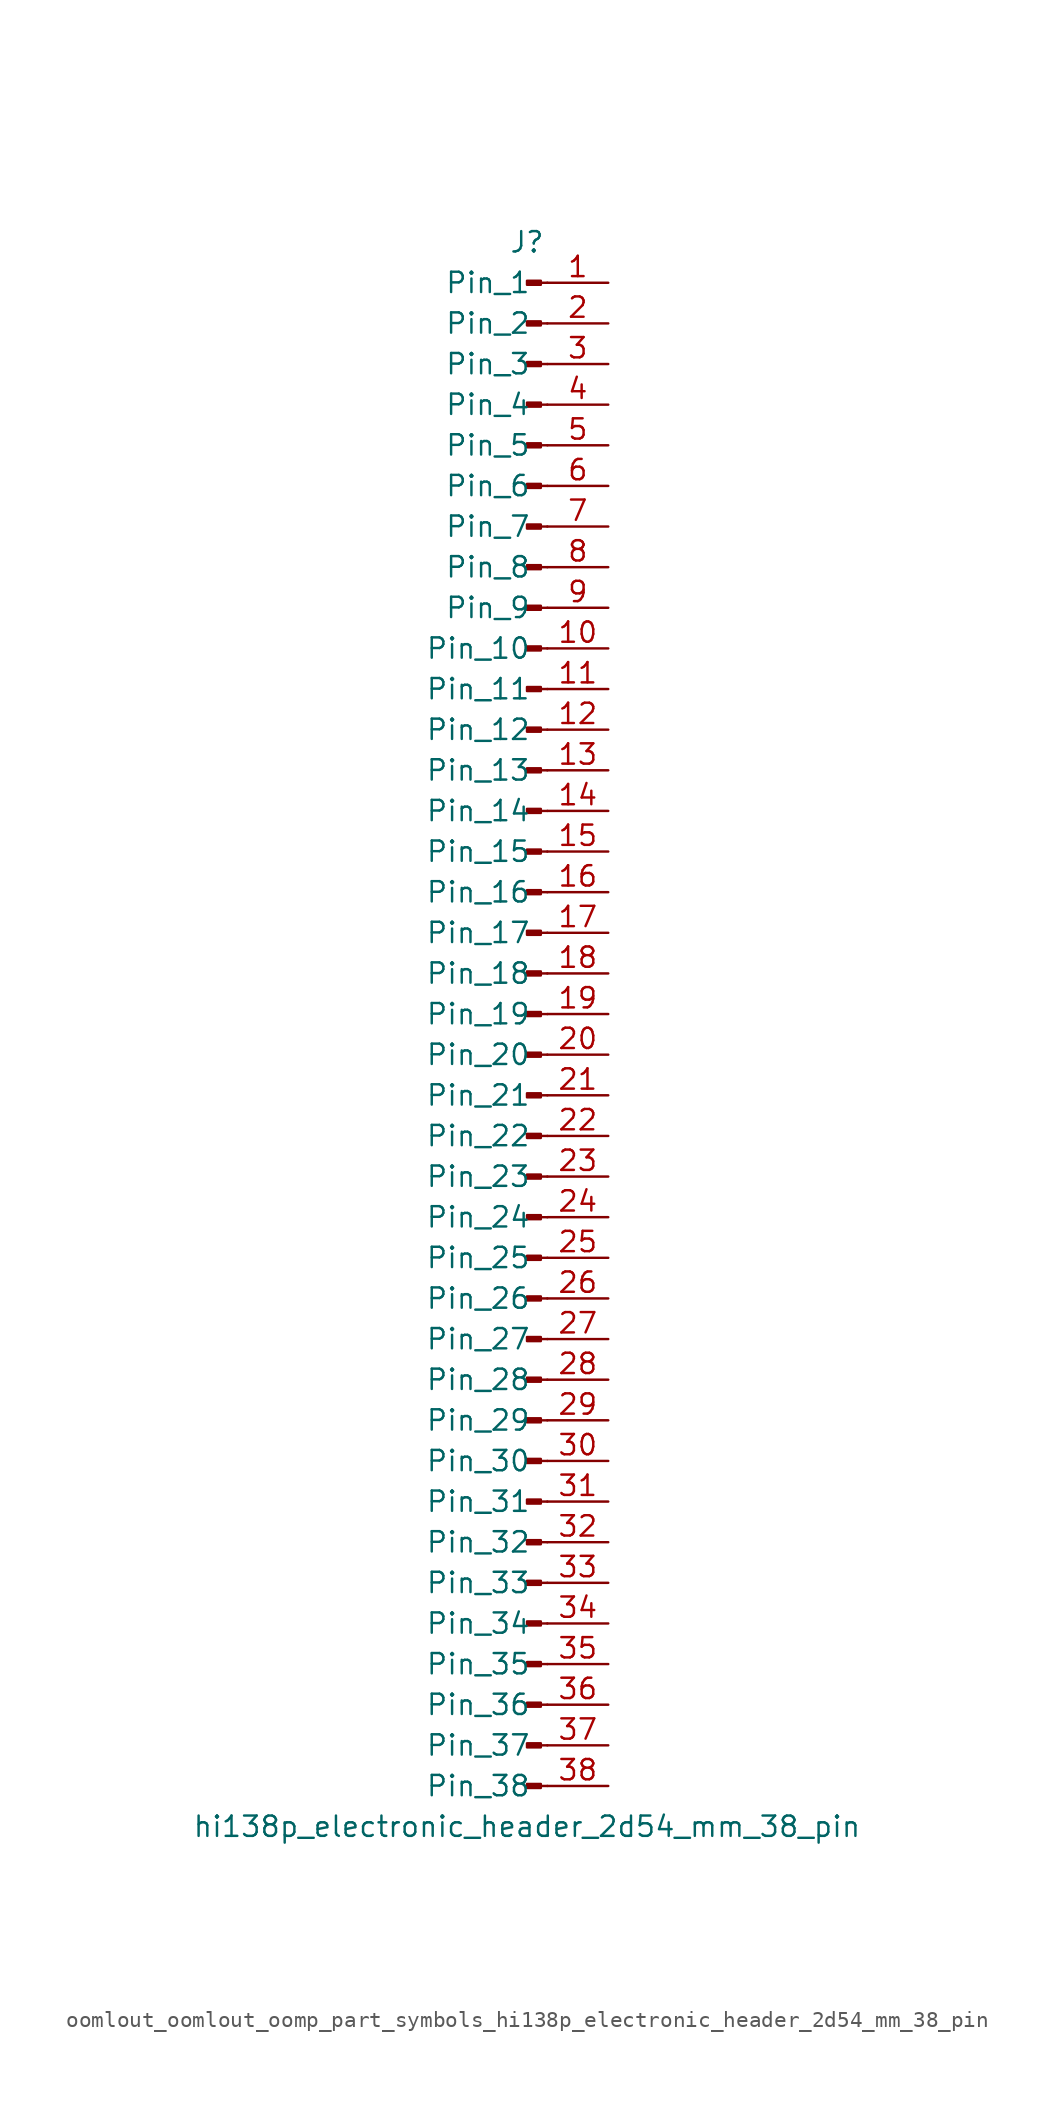
<source format=kicad_sym>
(kicad_symbol_lib
  (version 20220914)
  (generator kicad_symbol_editor)
  (symbol "oomlout_oomlout_oomp_part_symbols_hi138p_electronic_header_2d54_mm_38_pin"
    (pin_names
      (offset 1.016))
    (property "Reference" "J"
      (at 0 48.26 0)
      (effects (font (size 1.27 1.27))))
    (property "Value" "hi138p_electronic_header_2d54_mm_38_pin"
      (at 0 -50.8 0)
      (effects (font (size 1.27 1.27))))
    (property "ki_locked" ""
      (at 0 0 0)
      (effects (font (size 1.27 1.27))))
    (symbol "oomlout_oomlout_oomp_part_symbols_hi138p_electronic_header_2d54_mm_38_pin_1_1"
      (polyline (pts (xy 1.27 -48.26) (xy 0.864 -48.26)) (stroke (width 0.152) (type default)) (fill (type none)))
      (polyline (pts (xy 1.27 -45.72) (xy 0.864 -45.72)) (stroke (width 0.152) (type default)) (fill (type none)))
      (polyline (pts (xy 1.27 -43.18) (xy 0.864 -43.18)) (stroke (width 0.152) (type default)) (fill (type none)))
      (polyline (pts (xy 1.27 -40.64) (xy 0.864 -40.64)) (stroke (width 0.152) (type default)) (fill (type none)))
      (polyline (pts (xy 1.27 -38.1) (xy 0.864 -38.1)) (stroke (width 0.152) (type default)) (fill (type none)))
      (polyline (pts (xy 1.27 -35.56) (xy 0.864 -35.56)) (stroke (width 0.152) (type default)) (fill (type none)))
      (polyline (pts (xy 1.27 -33.02) (xy 0.864 -33.02)) (stroke (width 0.152) (type default)) (fill (type none)))
      (polyline (pts (xy 1.27 -30.48) (xy 0.864 -30.48)) (stroke (width 0.152) (type default)) (fill (type none)))
      (polyline (pts (xy 1.27 -27.94) (xy 0.864 -27.94)) (stroke (width 0.152) (type default)) (fill (type none)))
      (polyline (pts (xy 1.27 -25.4) (xy 0.864 -25.4)) (stroke (width 0.152) (type default)) (fill (type none)))
      (polyline (pts (xy 1.27 -22.86) (xy 0.864 -22.86)) (stroke (width 0.152) (type default)) (fill (type none)))
      (polyline (pts (xy 1.27 -20.32) (xy 0.864 -20.32)) (stroke (width 0.152) (type default)) (fill (type none)))
      (polyline (pts (xy 1.27 -17.78) (xy 0.864 -17.78)) (stroke (width 0.152) (type default)) (fill (type none)))
      (polyline (pts (xy 1.27 -15.24) (xy 0.864 -15.24)) (stroke (width 0.152) (type default)) (fill (type none)))
      (polyline (pts (xy 1.27 -12.7) (xy 0.864 -12.7)) (stroke (width 0.152) (type default)) (fill (type none)))
      (polyline (pts (xy 1.27 -10.16) (xy 0.864 -10.16)) (stroke (width 0.152) (type default)) (fill (type none)))
      (polyline (pts (xy 1.27 -7.62) (xy 0.864 -7.62)) (stroke (width 0.152) (type default)) (fill (type none)))
      (polyline (pts (xy 1.27 -5.08) (xy 0.864 -5.08)) (stroke (width 0.152) (type default)) (fill (type none)))
      (polyline (pts (xy 1.27 -2.54) (xy 0.864 -2.54)) (stroke (width 0.152) (type default)) (fill (type none)))
      (polyline (pts (xy 1.27 0) (xy 0.864 0)) (stroke (width 0.152) (type default)) (fill (type none)))
      (polyline (pts (xy 1.27 2.54) (xy 0.864 2.54)) (stroke (width 0.152) (type default)) (fill (type none)))
      (polyline (pts (xy 1.27 5.08) (xy 0.864 5.08)) (stroke (width 0.152) (type default)) (fill (type none)))
      (polyline (pts (xy 1.27 7.62) (xy 0.864 7.62)) (stroke (width 0.152) (type default)) (fill (type none)))
      (polyline (pts (xy 1.27 10.16) (xy 0.864 10.16)) (stroke (width 0.152) (type default)) (fill (type none)))
      (polyline (pts (xy 1.27 12.7) (xy 0.864 12.7)) (stroke (width 0.152) (type default)) (fill (type none)))
      (polyline (pts (xy 1.27 15.24) (xy 0.864 15.24)) (stroke (width 0.152) (type default)) (fill (type none)))
      (polyline (pts (xy 1.27 17.78) (xy 0.864 17.78)) (stroke (width 0.152) (type default)) (fill (type none)))
      (polyline (pts (xy 1.27 20.32) (xy 0.864 20.32)) (stroke (width 0.152) (type default)) (fill (type none)))
      (polyline (pts (xy 1.27 22.86) (xy 0.864 22.86)) (stroke (width 0.152) (type default)) (fill (type none)))
      (polyline (pts (xy 1.27 25.4) (xy 0.864 25.4)) (stroke (width 0.152) (type default)) (fill (type none)))
      (polyline (pts (xy 1.27 27.94) (xy 0.864 27.94)) (stroke (width 0.152) (type default)) (fill (type none)))
      (polyline (pts (xy 1.27 30.48) (xy 0.864 30.48)) (stroke (width 0.152) (type default)) (fill (type none)))
      (polyline (pts (xy 1.27 33.02) (xy 0.864 33.02)) (stroke (width 0.152) (type default)) (fill (type none)))
      (polyline (pts (xy 1.27 35.56) (xy 0.864 35.56)) (stroke (width 0.152) (type default)) (fill (type none)))
      (polyline (pts (xy 1.27 38.1) (xy 0.864 38.1)) (stroke (width 0.152) (type default)) (fill (type none)))
      (polyline (pts (xy 1.27 40.64) (xy 0.864 40.64)) (stroke (width 0.152) (type default)) (fill (type none)))
      (polyline (pts (xy 1.27 43.18) (xy 0.864 43.18)) (stroke (width 0.152) (type default)) (fill (type none)))
      (polyline (pts (xy 1.27 45.72) (xy 0.864 45.72)) (stroke (width 0.152) (type default)) (fill (type none)))
      (rectangle (start 0.864 -48.133) (end 0 -48.387) (stroke (width 0.152) (type default)) (fill (type outline)))
      (rectangle (start 0.864 -45.593) (end 0 -45.847) (stroke (width 0.152) (type default)) (fill (type outline)))
      (rectangle (start 0.864 -43.053) (end 0 -43.307) (stroke (width 0.152) (type default)) (fill (type outline)))
      (rectangle (start 0.864 -40.513) (end 0 -40.767) (stroke (width 0.152) (type default)) (fill (type outline)))
      (rectangle (start 0.864 -37.973) (end 0 -38.227) (stroke (width 0.152) (type default)) (fill (type outline)))
      (rectangle (start 0.864 -35.433) (end 0 -35.687) (stroke (width 0.152) (type default)) (fill (type outline)))
      (rectangle (start 0.864 -32.893) (end 0 -33.147) (stroke (width 0.152) (type default)) (fill (type outline)))
      (rectangle (start 0.864 -30.353) (end 0 -30.607) (stroke (width 0.152) (type default)) (fill (type outline)))
      (rectangle (start 0.864 -27.813) (end 0 -28.067) (stroke (width 0.152) (type default)) (fill (type outline)))
      (rectangle (start 0.864 -25.273) (end 0 -25.527) (stroke (width 0.152) (type default)) (fill (type outline)))
      (rectangle (start 0.864 -22.733) (end 0 -22.987) (stroke (width 0.152) (type default)) (fill (type outline)))
      (rectangle (start 0.864 -20.193) (end 0 -20.447) (stroke (width 0.152) (type default)) (fill (type outline)))
      (rectangle (start 0.864 -17.653) (end 0 -17.907) (stroke (width 0.152) (type default)) (fill (type outline)))
      (rectangle (start 0.864 -15.113) (end 0 -15.367) (stroke (width 0.152) (type default)) (fill (type outline)))
      (rectangle (start 0.864 -12.573) (end 0 -12.827) (stroke (width 0.152) (type default)) (fill (type outline)))
      (rectangle (start 0.864 -10.033) (end 0 -10.287) (stroke (width 0.152) (type default)) (fill (type outline)))
      (rectangle (start 0.864 -7.493) (end 0 -7.747) (stroke (width 0.152) (type default)) (fill (type outline)))
      (rectangle (start 0.864 -4.953) (end 0 -5.207) (stroke (width 0.152) (type default)) (fill (type outline)))
      (rectangle (start 0.864 -2.413) (end 0 -2.667) (stroke (width 0.152) (type default)) (fill (type outline)))
      (rectangle (start 0.864 0.127) (end 0 -0.127) (stroke (width 0.152) (type default)) (fill (type outline)))
      (rectangle (start 0.864 2.667) (end 0 2.413) (stroke (width 0.152) (type default)) (fill (type outline)))
      (rectangle (start 0.864 5.207) (end 0 4.953) (stroke (width 0.152) (type default)) (fill (type outline)))
      (rectangle (start 0.864 7.747) (end 0 7.493) (stroke (width 0.152) (type default)) (fill (type outline)))
      (rectangle (start 0.864 10.287) (end 0 10.033) (stroke (width 0.152) (type default)) (fill (type outline)))
      (rectangle (start 0.864 12.827) (end 0 12.573) (stroke (width 0.152) (type default)) (fill (type outline)))
      (rectangle (start 0.864 15.367) (end 0 15.113) (stroke (width 0.152) (type default)) (fill (type outline)))
      (rectangle (start 0.864 17.907) (end 0 17.653) (stroke (width 0.152) (type default)) (fill (type outline)))
      (rectangle (start 0.864 20.447) (end 0 20.193) (stroke (width 0.152) (type default)) (fill (type outline)))
      (rectangle (start 0.864 22.987) (end 0 22.733) (stroke (width 0.152) (type default)) (fill (type outline)))
      (rectangle (start 0.864 25.527) (end 0 25.273) (stroke (width 0.152) (type default)) (fill (type outline)))
      (rectangle (start 0.864 28.067) (end 0 27.813) (stroke (width 0.152) (type default)) (fill (type outline)))
      (rectangle (start 0.864 30.607) (end 0 30.353) (stroke (width 0.152) (type default)) (fill (type outline)))
      (rectangle (start 0.864 33.147) (end 0 32.893) (stroke (width 0.152) (type default)) (fill (type outline)))
      (rectangle (start 0.864 35.687) (end 0 35.433) (stroke (width 0.152) (type default)) (fill (type outline)))
      (rectangle (start 0.864 38.227) (end 0 37.973) (stroke (width 0.152) (type default)) (fill (type outline)))
      (rectangle (start 0.864 40.767) (end 0 40.513) (stroke (width 0.152) (type default)) (fill (type outline)))
      (rectangle (start 0.864 43.307) (end 0 43.053) (stroke (width 0.152) (type default)) (fill (type outline)))
      (rectangle (start 0.864 45.847) (end 0 45.593) (stroke (width 0.152) (type default)) (fill (type outline)))
      (pin passive line (at 5.08 45.72 180) (length 3.81) (name "Pin_1" (effects (font (size 1.27 1.27)))) (number "1" (effects (font (size 1.27 1.27)))))
      (pin passive line (at 5.08 22.86 180) (length 3.81) (name "Pin_10" (effects (font (size 1.27 1.27)))) (number "10" (effects (font (size 1.27 1.27)))))
      (pin passive line (at 5.08 20.32 180) (length 3.81) (name "Pin_11" (effects (font (size 1.27 1.27)))) (number "11" (effects (font (size 1.27 1.27)))))
      (pin passive line (at 5.08 17.78 180) (length 3.81) (name "Pin_12" (effects (font (size 1.27 1.27)))) (number "12" (effects (font (size 1.27 1.27)))))
      (pin passive line (at 5.08 15.24 180) (length 3.81) (name "Pin_13" (effects (font (size 1.27 1.27)))) (number "13" (effects (font (size 1.27 1.27)))))
      (pin passive line (at 5.08 12.7 180) (length 3.81) (name "Pin_14" (effects (font (size 1.27 1.27)))) (number "14" (effects (font (size 1.27 1.27)))))
      (pin passive line (at 5.08 10.16 180) (length 3.81) (name "Pin_15" (effects (font (size 1.27 1.27)))) (number "15" (effects (font (size 1.27 1.27)))))
      (pin passive line (at 5.08 7.62 180) (length 3.81) (name "Pin_16" (effects (font (size 1.27 1.27)))) (number "16" (effects (font (size 1.27 1.27)))))
      (pin passive line (at 5.08 5.08 180) (length 3.81) (name "Pin_17" (effects (font (size 1.27 1.27)))) (number "17" (effects (font (size 1.27 1.27)))))
      (pin passive line (at 5.08 2.54 180) (length 3.81) (name "Pin_18" (effects (font (size 1.27 1.27)))) (number "18" (effects (font (size 1.27 1.27)))))
      (pin passive line (at 5.08 0 180) (length 3.81) (name "Pin_19" (effects (font (size 1.27 1.27)))) (number "19" (effects (font (size 1.27 1.27)))))
      (pin passive line (at 5.08 43.18 180) (length 3.81) (name "Pin_2" (effects (font (size 1.27 1.27)))) (number "2" (effects (font (size 1.27 1.27)))))
      (pin passive line (at 5.08 -2.54 180) (length 3.81) (name "Pin_20" (effects (font (size 1.27 1.27)))) (number "20" (effects (font (size 1.27 1.27)))))
      (pin passive line (at 5.08 -5.08 180) (length 3.81) (name "Pin_21" (effects (font (size 1.27 1.27)))) (number "21" (effects (font (size 1.27 1.27)))))
      (pin passive line (at 5.08 -7.62 180) (length 3.81) (name "Pin_22" (effects (font (size 1.27 1.27)))) (number "22" (effects (font (size 1.27 1.27)))))
      (pin passive line (at 5.08 -10.16 180) (length 3.81) (name "Pin_23" (effects (font (size 1.27 1.27)))) (number "23" (effects (font (size 1.27 1.27)))))
      (pin passive line (at 5.08 -12.7 180) (length 3.81) (name "Pin_24" (effects (font (size 1.27 1.27)))) (number "24" (effects (font (size 1.27 1.27)))))
      (pin passive line (at 5.08 -15.24 180) (length 3.81) (name "Pin_25" (effects (font (size 1.27 1.27)))) (number "25" (effects (font (size 1.27 1.27)))))
      (pin passive line (at 5.08 -17.78 180) (length 3.81) (name "Pin_26" (effects (font (size 1.27 1.27)))) (number "26" (effects (font (size 1.27 1.27)))))
      (pin passive line (at 5.08 -20.32 180) (length 3.81) (name "Pin_27" (effects (font (size 1.27 1.27)))) (number "27" (effects (font (size 1.27 1.27)))))
      (pin passive line (at 5.08 -22.86 180) (length 3.81) (name "Pin_28" (effects (font (size 1.27 1.27)))) (number "28" (effects (font (size 1.27 1.27)))))
      (pin passive line (at 5.08 -25.4 180) (length 3.81) (name "Pin_29" (effects (font (size 1.27 1.27)))) (number "29" (effects (font (size 1.27 1.27)))))
      (pin passive line (at 5.08 40.64 180) (length 3.81) (name "Pin_3" (effects (font (size 1.27 1.27)))) (number "3" (effects (font (size 1.27 1.27)))))
      (pin passive line (at 5.08 -27.94 180) (length 3.81) (name "Pin_30" (effects (font (size 1.27 1.27)))) (number "30" (effects (font (size 1.27 1.27)))))
      (pin passive line (at 5.08 -30.48 180) (length 3.81) (name "Pin_31" (effects (font (size 1.27 1.27)))) (number "31" (effects (font (size 1.27 1.27)))))
      (pin passive line (at 5.08 -33.02 180) (length 3.81) (name "Pin_32" (effects (font (size 1.27 1.27)))) (number "32" (effects (font (size 1.27 1.27)))))
      (pin passive line (at 5.08 -35.56 180) (length 3.81) (name "Pin_33" (effects (font (size 1.27 1.27)))) (number "33" (effects (font (size 1.27 1.27)))))
      (pin passive line (at 5.08 -38.1 180) (length 3.81) (name "Pin_34" (effects (font (size 1.27 1.27)))) (number "34" (effects (font (size 1.27 1.27)))))
      (pin passive line (at 5.08 -40.64 180) (length 3.81) (name "Pin_35" (effects (font (size 1.27 1.27)))) (number "35" (effects (font (size 1.27 1.27)))))
      (pin passive line (at 5.08 -43.18 180) (length 3.81) (name "Pin_36" (effects (font (size 1.27 1.27)))) (number "36" (effects (font (size 1.27 1.27)))))
      (pin passive line (at 5.08 -45.72 180) (length 3.81) (name "Pin_37" (effects (font (size 1.27 1.27)))) (number "37" (effects (font (size 1.27 1.27)))))
      (pin passive line (at 5.08 -48.26 180) (length 3.81) (name "Pin_38" (effects (font (size 1.27 1.27)))) (number "38" (effects (font (size 1.27 1.27)))))
      (pin passive line (at 5.08 38.1 180) (length 3.81) (name "Pin_4" (effects (font (size 1.27 1.27)))) (number "4" (effects (font (size 1.27 1.27)))))
      (pin passive line (at 5.08 35.56 180) (length 3.81) (name "Pin_5" (effects (font (size 1.27 1.27)))) (number "5" (effects (font (size 1.27 1.27)))))
      (pin passive line (at 5.08 33.02 180) (length 3.81) (name "Pin_6" (effects (font (size 1.27 1.27)))) (number "6" (effects (font (size 1.27 1.27)))))
      (pin passive line (at 5.08 30.48 180) (length 3.81) (name "Pin_7" (effects (font (size 1.27 1.27)))) (number "7" (effects (font (size 1.27 1.27)))))
      (pin passive line (at 5.08 27.94 180) (length 3.81) (name "Pin_8" (effects (font (size 1.27 1.27)))) (number "8" (effects (font (size 1.27 1.27)))))
      (pin passive line (at 5.08 25.4 180) (length 3.81) (name "Pin_9" (effects (font (size 1.27 1.27)))) (number "9" (effects (font (size 1.27 1.27))))))))
</source>
